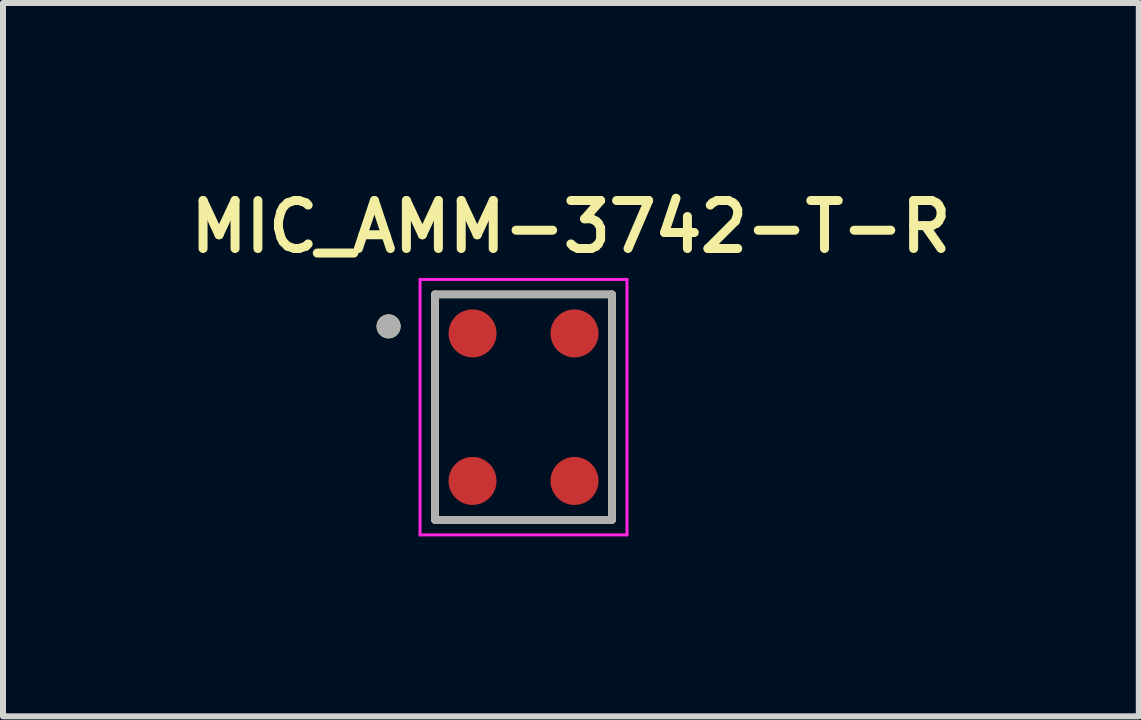
<source format=kicad_pcb>
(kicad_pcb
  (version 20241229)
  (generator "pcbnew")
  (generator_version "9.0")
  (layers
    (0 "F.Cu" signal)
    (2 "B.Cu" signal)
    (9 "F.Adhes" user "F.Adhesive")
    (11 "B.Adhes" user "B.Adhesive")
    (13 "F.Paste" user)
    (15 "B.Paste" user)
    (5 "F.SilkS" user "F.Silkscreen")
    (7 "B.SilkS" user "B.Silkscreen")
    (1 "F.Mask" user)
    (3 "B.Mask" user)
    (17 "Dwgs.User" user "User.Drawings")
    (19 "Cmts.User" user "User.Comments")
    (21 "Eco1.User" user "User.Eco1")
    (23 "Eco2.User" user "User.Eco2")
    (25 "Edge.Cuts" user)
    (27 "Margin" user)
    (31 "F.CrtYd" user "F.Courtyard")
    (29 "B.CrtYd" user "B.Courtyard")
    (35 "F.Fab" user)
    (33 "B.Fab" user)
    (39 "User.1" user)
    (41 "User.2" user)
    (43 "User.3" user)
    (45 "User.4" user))
  (footprint "MIC_AMM-3742-T-R"
    (layer "F.Cu")
    (at 5.679 3.739)
    (property "Reference" "MIC_AMM-3742-T-R" (at 0.79 -3.008 0) (layer "F.SilkS") (effects (font (size 0.8 0.8) (thickness 0.15))))
    (attr through_hole)
    (fp_line (start -1.475 -1.88) (end 1.475 -1.88) (stroke (width 0.127) (type solid)) (layer "F.SilkS"))
    (fp_line (start -1.475 1.88) (end -1.475 -1.88) (stroke (width 0.127) (type solid)) (layer "F.SilkS"))
    (fp_line (start 1.475 -1.88) (end 1.475 1.88) (stroke (width 0.127) (type solid)) (layer "F.SilkS"))
    (fp_line (start 1.475 1.88) (end -1.475 1.88) (stroke (width 0.127) (type solid)) (layer "F.SilkS"))
    (fp_circle (center -2.25 -1.347) (end -2.15 -1.347) (stroke (width 0.2) (type solid)) (fill no) (layer "F.SilkS"))
    (fp_line (start -1.725 -2.13) (end 1.725 -2.13) (stroke (width 0.05) (type solid)) (layer "F.CrtYd"))
    (fp_line (start -1.725 2.13) (end -1.725 -2.13) (stroke (width 0.05) (type solid)) (layer "F.CrtYd"))
    (fp_line (start 1.725 -2.13) (end 1.725 2.13) (stroke (width 0.05) (type solid)) (layer "F.CrtYd"))
    (fp_line (start 1.725 2.13) (end -1.725 2.13) (stroke (width 0.05) (type solid)) (layer "F.CrtYd"))
    (fp_line (start -1.475 -1.88) (end 1.475 -1.88) (stroke (width 0.127) (type solid)) (layer "F.Fab"))
    (fp_line (start -1.475 1.88) (end -1.475 -1.88) (stroke (width 0.127) (type solid)) (layer "F.Fab"))
    (fp_line (start 1.475 -1.88) (end 1.475 1.88) (stroke (width 0.127) (type solid)) (layer "F.Fab"))
    (fp_line (start 1.475 1.88) (end -1.475 1.88) (stroke (width 0.127) (type solid)) (layer "F.Fab"))
    (fp_circle (center -2.25 -1.347) (end -2.15 -1.347) (stroke (width 0.2) (type solid)) (fill no) (layer "F.Fab"))
    (pad "1" smd circle (at -0.85 -1.23) (size 0.8 0.8) (layers "F.Cu" "F.Mask" "F.Paste"))
    (pad "2" smd circle (at -0.85 1.23) (size 0.8 0.8) (layers "F.Cu" "F.Mask" "F.Paste"))
    (pad "3" smd circle (at 0.85 1.23) (size 0.8 0.8) (layers "F.Cu" "F.Mask" "F.Paste"))
    (pad "4" smd circle (at 0.85 -1.23) (size 0.8 0.8) (layers "F.Cu" "F.Mask" "F.Paste")))
  (gr_rect
    (start -3 -3)
    (end 15.938 8.894)
    (stroke (width 0.1) (type default))
    (fill no)
    (layer "Edge.Cuts")))
</source>
